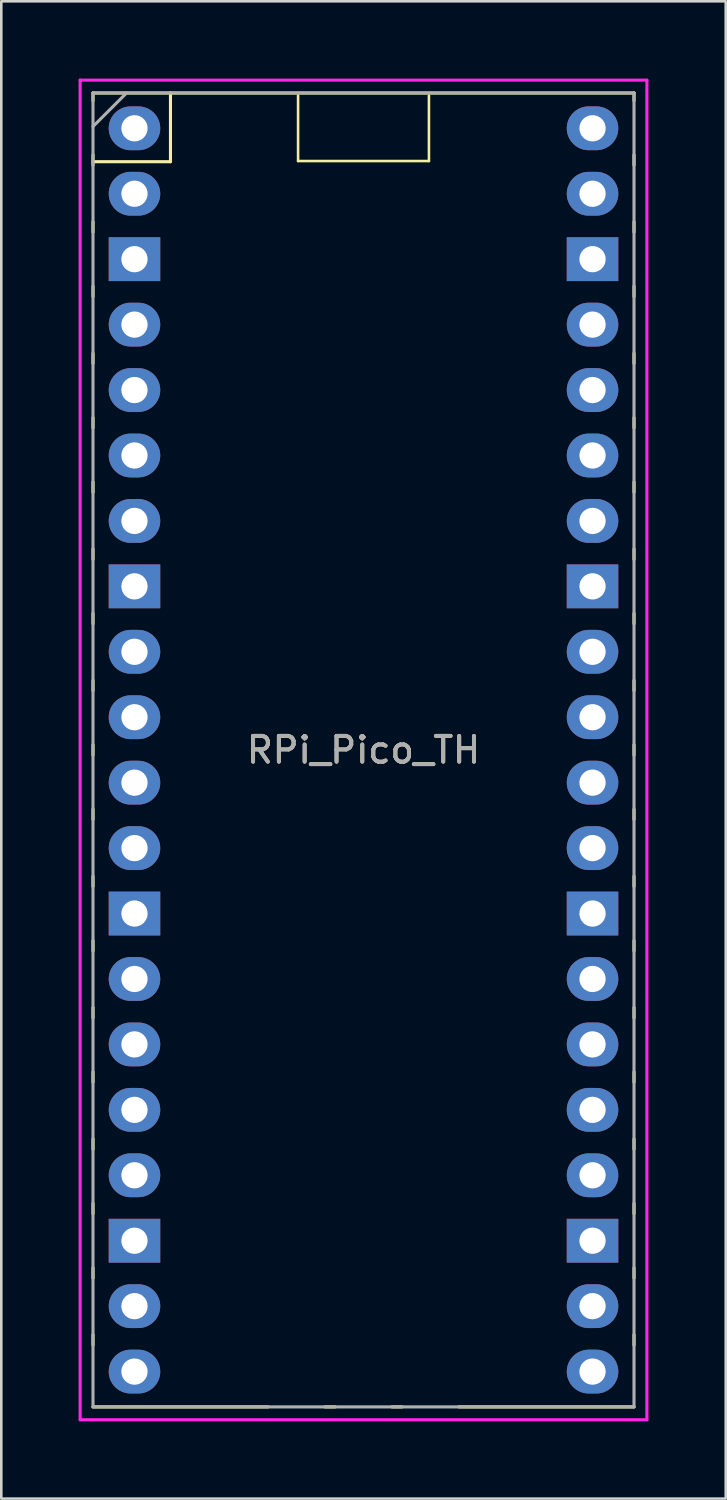
<source format=kicad_pcb>
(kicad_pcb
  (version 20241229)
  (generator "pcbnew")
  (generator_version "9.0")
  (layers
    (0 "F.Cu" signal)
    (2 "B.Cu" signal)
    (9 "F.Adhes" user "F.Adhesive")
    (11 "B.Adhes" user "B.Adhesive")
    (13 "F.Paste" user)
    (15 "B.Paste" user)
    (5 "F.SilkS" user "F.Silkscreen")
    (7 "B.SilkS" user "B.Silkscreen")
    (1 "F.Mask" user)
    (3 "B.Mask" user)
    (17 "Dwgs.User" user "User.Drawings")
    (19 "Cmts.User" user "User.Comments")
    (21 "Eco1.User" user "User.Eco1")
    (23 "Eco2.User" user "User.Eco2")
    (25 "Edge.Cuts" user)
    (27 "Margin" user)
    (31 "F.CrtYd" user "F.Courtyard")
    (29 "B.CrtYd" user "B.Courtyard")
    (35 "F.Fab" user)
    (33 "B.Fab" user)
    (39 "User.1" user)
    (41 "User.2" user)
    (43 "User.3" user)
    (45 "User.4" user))
  (footprint "RPi_Pico_TH"
    (layer "F.Cu")
    (at 11.06 26.06)
    (property "Reference" "RPi_Pico_TH" (at 0 0 0) (layer "F.SilkS") (effects (font (size 1 1) (thickness 0.15))))
    (attr through_hole)
    (fp_line (start -10.5 -25.5) (end -10.5 -25.2) (stroke (width 0.12) (type solid)) (layer "F.SilkS"))
    (fp_line (start -10.5 -25.5) (end 10.5 -25.5) (stroke (width 0.12) (type solid)) (layer "F.SilkS"))
    (fp_line (start -10.5 -23.1) (end -10.5 -22.7) (stroke (width 0.12) (type solid)) (layer "F.SilkS"))
    (fp_line (start -10.5 -22.833) (end -7.493 -22.833) (stroke (width 0.12) (type solid)) (layer "F.SilkS"))
    (fp_line (start -10.5 -20.5) (end -10.5 -20.1) (stroke (width 0.12) (type solid)) (layer "F.SilkS"))
    (fp_line (start -10.5 -18) (end -10.5 -17.6) (stroke (width 0.12) (type solid)) (layer "F.SilkS"))
    (fp_line (start -10.5 -15.4) (end -10.5 -15) (stroke (width 0.12) (type solid)) (layer "F.SilkS"))
    (fp_line (start -10.5 -12.9) (end -10.5 -12.5) (stroke (width 0.12) (type solid)) (layer "F.SilkS"))
    (fp_line (start -10.5 -10.4) (end -10.5 -10) (stroke (width 0.12) (type solid)) (layer "F.SilkS"))
    (fp_line (start -10.5 -7.8) (end -10.5 -7.4) (stroke (width 0.12) (type solid)) (layer "F.SilkS"))
    (fp_line (start -10.5 -5.3) (end -10.5 -4.9) (stroke (width 0.12) (type solid)) (layer "F.SilkS"))
    (fp_line (start -10.5 -2.7) (end -10.5 -2.3) (stroke (width 0.12) (type solid)) (layer "F.SilkS"))
    (fp_line (start -10.5 -0.2) (end -10.5 0.2) (stroke (width 0.12) (type solid)) (layer "F.SilkS"))
    (fp_line (start -10.5 2.3) (end -10.5 2.7) (stroke (width 0.12) (type solid)) (layer "F.SilkS"))
    (fp_line (start -10.5 4.9) (end -10.5 5.3) (stroke (width 0.12) (type solid)) (layer "F.SilkS"))
    (fp_line (start -10.5 7.4) (end -10.5 7.8) (stroke (width 0.12) (type solid)) (layer "F.SilkS"))
    (fp_line (start -10.5 10) (end -10.5 10.4) (stroke (width 0.12) (type solid)) (layer "F.SilkS"))
    (fp_line (start -10.5 12.5) (end -10.5 12.9) (stroke (width 0.12) (type solid)) (layer "F.SilkS"))
    (fp_line (start -10.5 15.1) (end -10.5 15.5) (stroke (width 0.12) (type solid)) (layer "F.SilkS"))
    (fp_line (start -10.5 17.6) (end -10.5 18) (stroke (width 0.12) (type solid)) (layer "F.SilkS"))
    (fp_line (start -10.5 20.1) (end -10.5 20.5) (stroke (width 0.12) (type solid)) (layer "F.SilkS"))
    (fp_line (start -10.5 22.7) (end -10.5 23.1) (stroke (width 0.12) (type solid)) (layer "F.SilkS"))
    (fp_line (start -7.493 -22.833) (end -7.493 -25.5) (stroke (width 0.12) (type solid)) (layer "F.SilkS"))
    (fp_line (start -3.7 25.5) (end -10.5 25.5) (stroke (width 0.12) (type solid)) (layer "F.SilkS"))
    (fp_line (start -2.54 -25.4) (end -2.54 -22.86) (stroke (width 0.1) (type default)) (layer "F.SilkS"))
    (fp_line (start -2.54 -22.86) (end 2.54 -22.86) (stroke (width 0.1) (type default)) (layer "F.SilkS"))
    (fp_line (start -1.5 25.5) (end -1.1 25.5) (stroke (width 0.12) (type solid)) (layer "F.SilkS"))
    (fp_line (start 1.1 25.5) (end 1.5 25.5) (stroke (width 0.12) (type solid)) (layer "F.SilkS"))
    (fp_line (start 2.54 -22.86) (end 2.54 -25.4) (stroke (width 0.1) (type default)) (layer "F.SilkS"))
    (fp_line (start 10.5 -25.5) (end 10.5 -25.2) (stroke (width 0.12) (type solid)) (layer "F.SilkS"))
    (fp_line (start 10.5 -23.1) (end 10.5 -22.7) (stroke (width 0.12) (type solid)) (layer "F.SilkS"))
    (fp_line (start 10.5 -20.5) (end 10.5 -20.1) (stroke (width 0.12) (type solid)) (layer "F.SilkS"))
    (fp_line (start 10.5 -18) (end 10.5 -17.6) (stroke (width 0.12) (type solid)) (layer "F.SilkS"))
    (fp_line (start 10.5 -15.4) (end 10.5 -15) (stroke (width 0.12) (type solid)) (layer "F.SilkS"))
    (fp_line (start 10.5 -12.9) (end 10.5 -12.5) (stroke (width 0.12) (type solid)) (layer "F.SilkS"))
    (fp_line (start 10.5 -10.4) (end 10.5 -10) (stroke (width 0.12) (type solid)) (layer "F.SilkS"))
    (fp_line (start 10.5 -7.8) (end 10.5 -7.4) (stroke (width 0.12) (type solid)) (layer "F.SilkS"))
    (fp_line (start 10.5 -5.3) (end 10.5 -4.9) (stroke (width 0.12) (type solid)) (layer "F.SilkS"))
    (fp_line (start 10.5 -2.7) (end 10.5 -2.3) (stroke (width 0.12) (type solid)) (layer "F.SilkS"))
    (fp_line (start 10.5 -0.2) (end 10.5 0.2) (stroke (width 0.12) (type solid)) (layer "F.SilkS"))
    (fp_line (start 10.5 2.3) (end 10.5 2.7) (stroke (width 0.12) (type solid)) (layer "F.SilkS"))
    (fp_line (start 10.5 4.9) (end 10.5 5.3) (stroke (width 0.12) (type solid)) (layer "F.SilkS"))
    (fp_line (start 10.5 7.4) (end 10.5 7.8) (stroke (width 0.12) (type solid)) (layer "F.SilkS"))
    (fp_line (start 10.5 10) (end 10.5 10.4) (stroke (width 0.12) (type solid)) (layer "F.SilkS"))
    (fp_line (start 10.5 12.5) (end 10.5 12.9) (stroke (width 0.12) (type solid)) (layer "F.SilkS"))
    (fp_line (start 10.5 15.1) (end 10.5 15.5) (stroke (width 0.12) (type solid)) (layer "F.SilkS"))
    (fp_line (start 10.5 17.6) (end 10.5 18) (stroke (width 0.12) (type solid)) (layer "F.SilkS"))
    (fp_line (start 10.5 20.1) (end 10.5 20.5) (stroke (width 0.12) (type solid)) (layer "F.SilkS"))
    (fp_line (start 10.5 22.7) (end 10.5 23.1) (stroke (width 0.12) (type solid)) (layer "F.SilkS"))
    (fp_line (start 10.5 25.5) (end 3.7 25.5) (stroke (width 0.12) (type solid)) (layer "F.SilkS"))
    (fp_line (start -11 -26) (end 11 -26) (stroke (width 0.12) (type solid)) (layer "F.CrtYd"))
    (fp_line (start -11 26) (end -11 -26) (stroke (width 0.12) (type solid)) (layer "F.CrtYd"))
    (fp_line (start 11 -26) (end 11 26) (stroke (width 0.12) (type solid)) (layer "F.CrtYd"))
    (fp_line (start 11 26) (end -11 26) (stroke (width 0.12) (type solid)) (layer "F.CrtYd"))
    (fp_line (start -10.5 -25.5) (end 10.5 -25.5) (stroke (width 0.12) (type solid)) (layer "F.Fab"))
    (fp_line (start -10.5 -24.2) (end -9.2 -25.5) (stroke (width 0.12) (type solid)) (layer "F.Fab"))
    (fp_line (start -10.5 25.5) (end -10.5 -25.5) (stroke (width 0.12) (type solid)) (layer "F.Fab"))
    (fp_line (start 10.5 -25.5) (end 10.5 25.5) (stroke (width 0.12) (type solid)) (layer "F.Fab"))
    (fp_line (start 10.5 25.5) (end -10.5 25.5) (stroke (width 0.12) (type solid)) (layer "F.Fab"))
    (fp_text user "${REFERENCE}" (at 0 0 180) (layer "F.Fab") (effects (font (size 1 1) (thickness 0.15))))
    (pad "1" thru_hole oval (at -8.89 -24.13) (size 2 1.7) (drill 1.02) (layers "*.Cu" "*.Mask"))
    (pad "2" thru_hole oval (at -8.89 -21.59) (size 2 1.7) (drill 1.02) (layers "*.Cu" "*.Mask"))
    (pad "3" thru_hole rect (at -8.89 -19.05) (size 2 1.7) (drill 1.02) (layers "*.Cu" "*.Mask"))
    (pad "4" thru_hole oval (at -8.89 -16.51) (size 2 1.7) (drill 1.02) (layers "*.Cu" "*.Mask"))
    (pad "5" thru_hole oval (at -8.89 -13.97) (size 2 1.7) (drill 1.02) (layers "*.Cu" "*.Mask"))
    (pad "6" thru_hole oval (at -8.89 -11.43) (size 2 1.7) (drill 1.02) (layers "*.Cu" "*.Mask"))
    (pad "7" thru_hole oval (at -8.89 -8.89) (size 2 1.7) (drill 1.02) (layers "*.Cu" "*.Mask"))
    (pad "8" thru_hole rect (at -8.89 -6.35) (size 2 1.7) (drill 1.02) (layers "*.Cu" "*.Mask"))
    (pad "9" thru_hole oval (at -8.89 -3.81) (size 2 1.7) (drill 1.02) (layers "*.Cu" "*.Mask"))
    (pad "10" thru_hole oval (at -8.89 -1.27) (size 2 1.7) (drill 1.02) (layers "*.Cu" "*.Mask"))
    (pad "11" thru_hole oval (at -8.89 1.27) (size 2 1.7) (drill 1.02) (layers "*.Cu" "*.Mask"))
    (pad "12" thru_hole oval (at -8.89 3.81) (size 2 1.7) (drill 1.02) (layers "*.Cu" "*.Mask"))
    (pad "13" thru_hole rect (at -8.89 6.35) (size 2 1.7) (drill 1.02) (layers "*.Cu" "*.Mask"))
    (pad "14" thru_hole oval (at -8.89 8.89) (size 2 1.7) (drill 1.02) (layers "*.Cu" "*.Mask"))
    (pad "15" thru_hole oval (at -8.89 11.43) (size 2 1.7) (drill 1.02) (layers "*.Cu" "*.Mask"))
    (pad "16" thru_hole oval (at -8.89 13.97) (size 2 1.7) (drill 1.02) (layers "*.Cu" "*.Mask"))
    (pad "17" thru_hole oval (at -8.89 16.51) (size 2 1.7) (drill 1.02) (layers "*.Cu" "*.Mask"))
    (pad "18" thru_hole rect (at -8.89 19.05) (size 2 1.7) (drill 1.02) (layers "*.Cu" "*.Mask"))
    (pad "19" thru_hole oval (at -8.89 21.59) (size 2 1.7) (drill 1.02) (layers "*.Cu" "*.Mask"))
    (pad "20" thru_hole oval (at -8.89 24.13) (size 2 1.7) (drill 1.02) (layers "*.Cu" "*.Mask"))
    (pad "21" thru_hole oval (at 8.89 24.13) (size 2 1.7) (drill 1.02) (layers "*.Cu" "*.Mask"))
    (pad "22" thru_hole oval (at 8.89 21.59) (size 2 1.7) (drill 1.02) (layers "*.Cu" "*.Mask"))
    (pad "23" thru_hole rect (at 8.89 19.05) (size 2 1.7) (drill 1.02) (layers "*.Cu" "*.Mask"))
    (pad "24" thru_hole oval (at 8.89 16.51) (size 2 1.7) (drill 1.02) (layers "*.Cu" "*.Mask"))
    (pad "25" thru_hole oval (at 8.89 13.97) (size 2 1.7) (drill 1.02) (layers "*.Cu" "*.Mask"))
    (pad "26" thru_hole oval (at 8.89 11.43) (size 2 1.7) (drill 1.02) (layers "*.Cu" "*.Mask"))
    (pad "27" thru_hole oval (at 8.89 8.89) (size 2 1.7) (drill 1.02) (layers "*.Cu" "*.Mask"))
    (pad "28" thru_hole rect (at 8.89 6.35) (size 2 1.7) (drill 1.02) (layers "*.Cu" "*.Mask"))
    (pad "29" thru_hole oval (at 8.89 3.81) (size 2 1.7) (drill 1.02) (layers "*.Cu" "*.Mask"))
    (pad "30" thru_hole oval (at 8.89 1.27) (size 2 1.7) (drill 1.02) (layers "*.Cu" "*.Mask"))
    (pad "31" thru_hole oval (at 8.89 -1.27) (size 2 1.7) (drill 1.02) (layers "*.Cu" "*.Mask"))
    (pad "32" thru_hole oval (at 8.89 -3.81) (size 2 1.7) (drill 1.02) (layers "*.Cu" "*.Mask"))
    (pad "33" thru_hole rect (at 8.89 -6.35) (size 2 1.7) (drill 1.02) (layers "*.Cu" "*.Mask"))
    (pad "34" thru_hole oval (at 8.89 -8.89) (size 2 1.7) (drill 1.02) (layers "*.Cu" "*.Mask"))
    (pad "35" thru_hole oval (at 8.89 -11.43) (size 2 1.7) (drill 1.02) (layers "*.Cu" "*.Mask"))
    (pad "36" thru_hole oval (at 8.89 -13.97) (size 2 1.7) (drill 1.02) (layers "*.Cu" "*.Mask"))
    (pad "37" thru_hole oval (at 8.89 -16.51) (size 2 1.7) (drill 1.02) (layers "*.Cu" "*.Mask"))
    (pad "38" thru_hole rect (at 8.89 -19.05) (size 2 1.7) (drill 1.02) (layers "*.Cu" "*.Mask"))
    (pad "39" thru_hole oval (at 8.89 -21.59) (size 2 1.7) (drill 1.02) (layers "*.Cu" "*.Mask"))
    (pad "40" thru_hole oval (at 8.89 -24.13) (size 2 1.7) (drill 1.02) (layers "*.Cu" "*.Mask")))
  (gr_rect
    (start -3 -3)
    (end 25.12 55.12)
    (stroke (width 0.1) (type default))
    (fill no)
    (layer "Edge.Cuts")))
</source>
